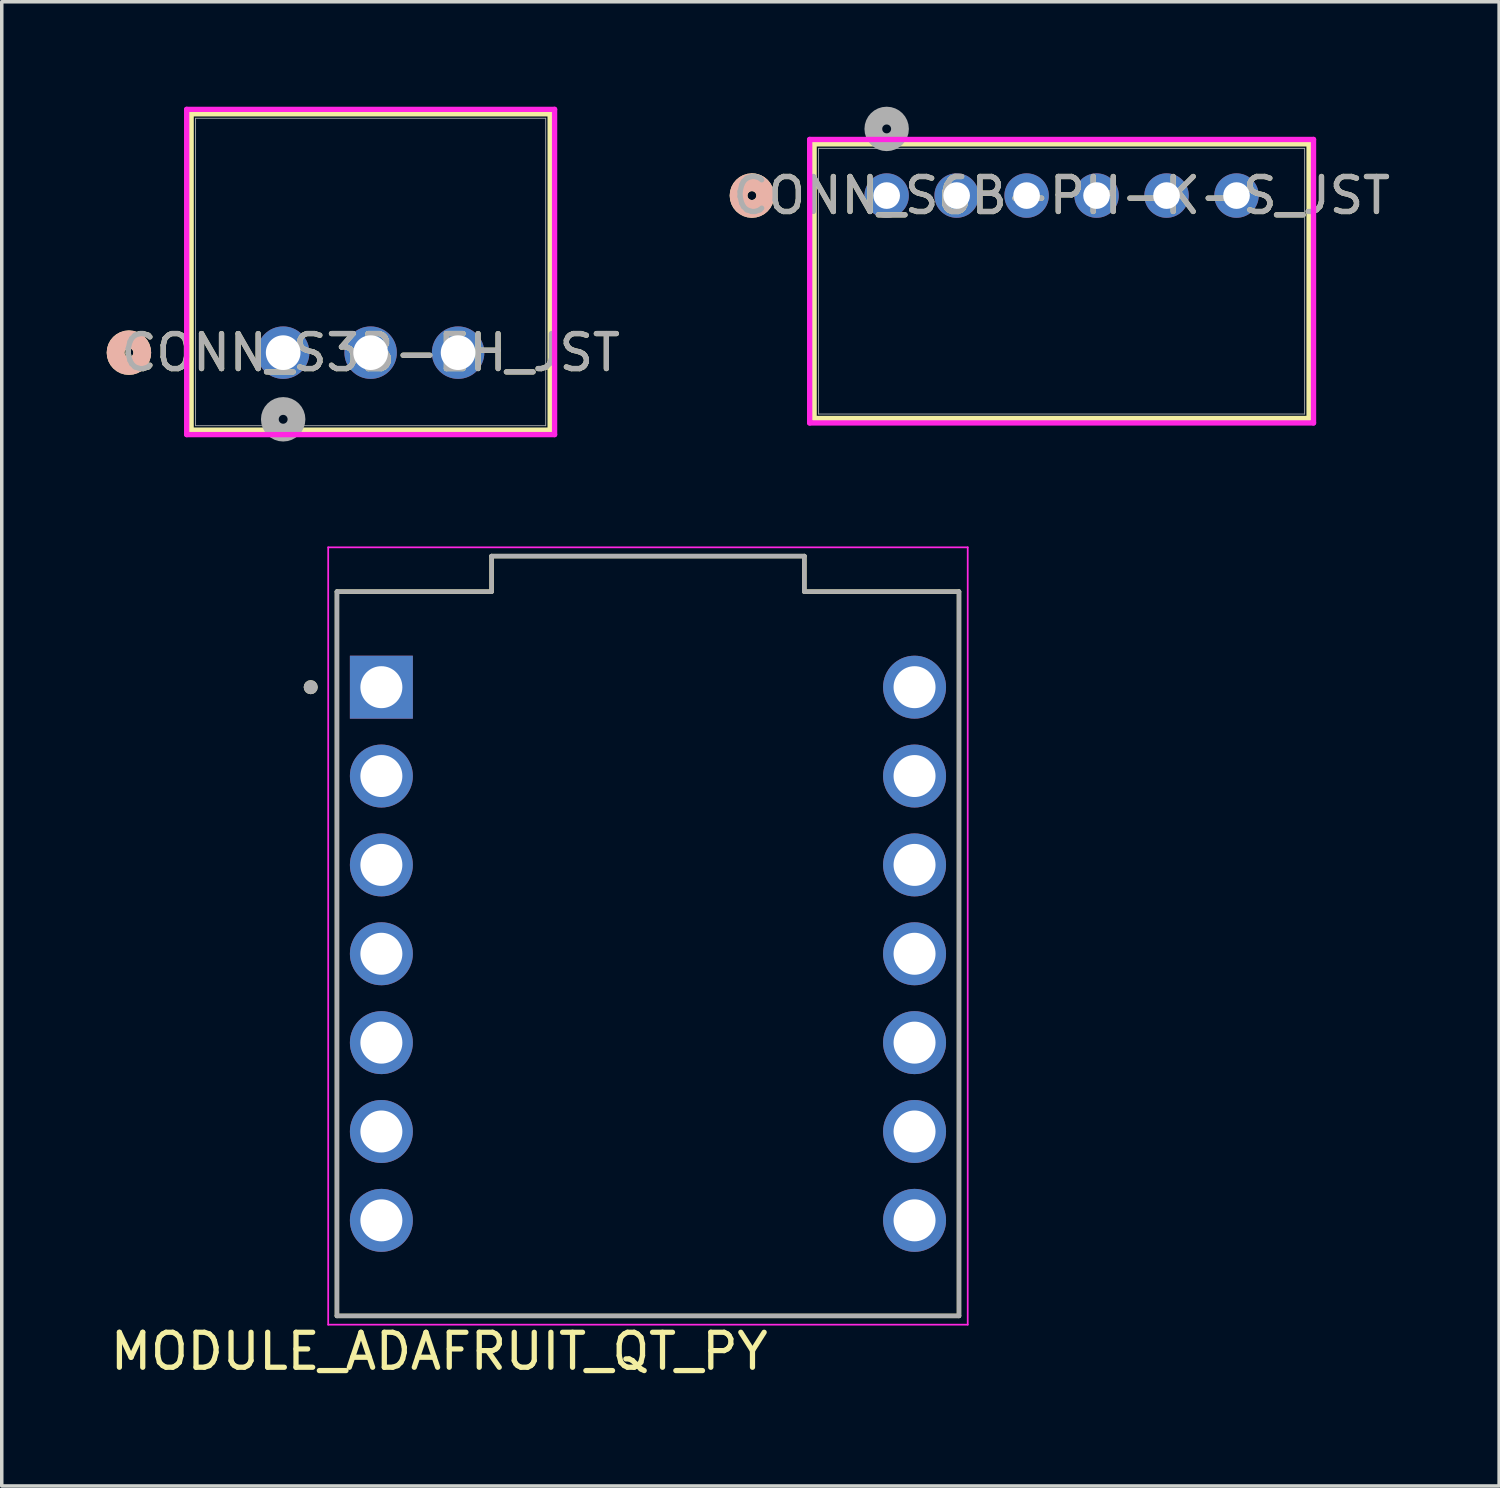
<source format=kicad_pcb>
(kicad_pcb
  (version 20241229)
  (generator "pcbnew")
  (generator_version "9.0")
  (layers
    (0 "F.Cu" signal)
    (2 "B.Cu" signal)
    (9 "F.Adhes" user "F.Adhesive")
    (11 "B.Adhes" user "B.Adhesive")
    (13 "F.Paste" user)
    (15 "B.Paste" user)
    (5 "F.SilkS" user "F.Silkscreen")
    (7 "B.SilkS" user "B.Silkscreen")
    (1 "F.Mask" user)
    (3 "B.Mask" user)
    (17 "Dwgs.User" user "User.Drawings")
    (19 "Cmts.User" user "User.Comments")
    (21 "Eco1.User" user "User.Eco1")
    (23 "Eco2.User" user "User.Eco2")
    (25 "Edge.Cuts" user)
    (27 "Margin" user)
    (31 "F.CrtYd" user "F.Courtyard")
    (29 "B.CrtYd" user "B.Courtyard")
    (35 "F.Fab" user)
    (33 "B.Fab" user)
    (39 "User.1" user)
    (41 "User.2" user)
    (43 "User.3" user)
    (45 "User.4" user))
  (footprint "CONN_S6B-PH-K-S_JST"
    (layer "F.Cu")
    (at 22.294 2.54)
    (property "Reference" "CONN_S6B-PH-K-S_JST" (at 5 0 0) (unlocked yes) (layer "F.SilkS") (effects (font (size 1 1) (thickness 0.15))))
    (attr through_hole)
    (fp_line (start -2.074 -1.477) (end -2.074 6.372) (stroke (width 0.152) (type solid)) (layer "F.SilkS"))
    (fp_line (start -2.074 6.372) (end 12.074 6.372) (stroke (width 0.152) (type solid)) (layer "F.SilkS"))
    (fp_line (start 12.074 -1.477) (end -2.074 -1.477) (stroke (width 0.152) (type solid)) (layer "F.SilkS"))
    (fp_line (start 12.074 6.372) (end 12.074 -1.477) (stroke (width 0.152) (type solid)) (layer "F.SilkS"))
    (fp_circle (center -3.852 0) (end -3.471 0) (stroke (width 0.508) (type solid)) (fill no) (layer "F.SilkS"))
    (fp_circle (center -3.852 0) (end -3.471 0) (stroke (width 0.508) (type solid)) (fill no) (layer "B.SilkS"))
    (fp_line (start -2.201 -1.604) (end -2.201 6.499) (stroke (width 0.152) (type solid)) (layer "F.CrtYd"))
    (fp_line (start -2.201 6.499) (end 12.201 6.499) (stroke (width 0.152) (type solid)) (layer "F.CrtYd"))
    (fp_line (start 12.201 -1.604) (end -2.201 -1.604) (stroke (width 0.152) (type solid)) (layer "F.CrtYd"))
    (fp_line (start 12.201 6.499) (end 12.201 -1.604) (stroke (width 0.152) (type solid)) (layer "F.CrtYd"))
    (fp_line (start -1.947 -1.35) (end -1.947 6.245) (stroke (width 0.025) (type solid)) (layer "F.Fab"))
    (fp_line (start -1.947 6.245) (end 11.947 6.245) (stroke (width 0.025) (type solid)) (layer "F.Fab"))
    (fp_line (start 11.947 -1.35) (end -1.947 -1.35) (stroke (width 0.025) (type solid)) (layer "F.Fab"))
    (fp_line (start 11.947 6.245) (end 11.947 -1.35) (stroke (width 0.025) (type solid)) (layer "F.Fab"))
    (fp_circle (center 0 -1.905) (end 0.381 -1.905) (stroke (width 0.508) (type solid)) (fill no) (layer "F.Fab"))
    (fp_text user "${REFERENCE}" (at 5 0 0) (unlocked yes) (layer "F.Fab") (effects (font (size 1 1) (thickness 0.15))))
    (pad "1" thru_hole circle (at 0 0) (size 1.27 1.27) (drill 0.762) (layers "*.Cu" "*.Mask"))
    (pad "2" thru_hole circle (at 2 0) (size 1.27 1.27) (drill 0.762) (layers "*.Cu" "*.Mask"))
    (pad "3" thru_hole circle (at 4 0) (size 1.27 1.27) (drill 0.762) (layers "*.Cu" "*.Mask"))
    (pad "4" thru_hole circle (at 6 0) (size 1.27 1.27) (drill 0.762) (layers "*.Cu" "*.Mask"))
    (pad "5" thru_hole circle (at 8 0) (size 1.27 1.27) (drill 0.762) (layers "*.Cu" "*.Mask"))
    (pad "6" thru_hole circle (at 10 0) (size 1.27 1.27) (drill 0.762) (layers "*.Cu" "*.Mask")))
  (footprint "CONN_S3B-EH_JST"
    (layer "F.Cu")
    (at 5.044 7.03)
    (property "Reference" "CONN_S3B-EH_JST" (at 2.5 0 0) (unlocked yes) (layer "F.SilkS") (effects (font (size 1 1) (thickness 0.15))))
    (attr through_hole)
    (fp_line (start -2.631 -6.827) (end -2.631 2.215) (stroke (width 0.152) (type solid)) (layer "F.SilkS"))
    (fp_line (start -2.631 2.215) (end 7.631 2.215) (stroke (width 0.152) (type solid)) (layer "F.SilkS"))
    (fp_line (start 7.631 -6.827) (end -2.631 -6.827) (stroke (width 0.152) (type solid)) (layer "F.SilkS"))
    (fp_line (start 7.631 2.215) (end 7.631 -6.827) (stroke (width 0.152) (type solid)) (layer "F.SilkS"))
    (fp_circle (center -4.409 0) (end -4.028 0) (stroke (width 0.508) (type solid)) (fill no) (layer "F.SilkS"))
    (fp_circle (center -4.409 0) (end -4.028 0) (stroke (width 0.508) (type solid)) (fill no) (layer "B.SilkS"))
    (fp_line (start -2.758 -6.954) (end -2.758 2.342) (stroke (width 0.152) (type solid)) (layer "F.CrtYd"))
    (fp_line (start -2.758 2.342) (end 7.758 2.342) (stroke (width 0.152) (type solid)) (layer "F.CrtYd"))
    (fp_line (start 7.758 -6.954) (end -2.758 -6.954) (stroke (width 0.152) (type solid)) (layer "F.CrtYd"))
    (fp_line (start 7.758 2.342) (end 7.758 -6.954) (stroke (width 0.152) (type solid)) (layer "F.CrtYd"))
    (fp_line (start -2.504 -6.7) (end -2.504 2.088) (stroke (width 0.025) (type solid)) (layer "F.Fab"))
    (fp_line (start -2.504 2.088) (end 7.504 2.088) (stroke (width 0.025) (type solid)) (layer "F.Fab"))
    (fp_line (start 7.504 -6.7) (end -2.504 -6.7) (stroke (width 0.025) (type solid)) (layer "F.Fab"))
    (fp_line (start 7.504 2.088) (end 7.504 -6.7) (stroke (width 0.025) (type solid)) (layer "F.Fab"))
    (fp_circle (center 0 1.905) (end 0.381 1.905) (stroke (width 0.508) (type solid)) (fill no) (layer "F.Fab"))
    (fp_text user "${REFERENCE}" (at 2.5 0 0) (unlocked yes) (layer "F.Fab") (effects (font (size 1 1) (thickness 0.15))))
    (pad "1" thru_hole circle (at 0 0) (size 1.499 1.499) (drill 0.991) (layers "*.Cu" "*.Mask"))
    (pad "2" thru_hole circle (at 2.5 0) (size 1.499 1.499) (drill 0.991) (layers "*.Cu" "*.Mask"))
    (pad "3" thru_hole circle (at 5 0) (size 1.499 1.499) (drill 0.991) (layers "*.Cu" "*.Mask")))
  (footprint "MODULE_ADAFRUIT_QT_PY"
    (layer "F.Cu")
    (at 15.471 24.212)
    (property "Reference" "MODULE_ADAFRUIT_QT_PY" (at -5.965 11.364 0) (layer "F.SilkS") (effects (font (size 1 1) (thickness 0.15))))
    (attr through_hole)
    (fp_line (start -8.89 -10.351) (end -8.89 10.351) (stroke (width 0.127) (type solid)) (layer "F.SilkS"))
    (fp_line (start -8.89 10.351) (end 8.89 10.351) (stroke (width 0.127) (type solid)) (layer "F.SilkS"))
    (fp_line (start -4.47 -11.367) (end 4.47 -11.367) (stroke (width 0.127) (type solid)) (layer "F.SilkS"))
    (fp_line (start -4.47 -10.351) (end -8.89 -10.351) (stroke (width 0.127) (type solid)) (layer "F.SilkS"))
    (fp_line (start -4.47 -10.351) (end -4.47 -11.367) (stroke (width 0.127) (type solid)) (layer "F.SilkS"))
    (fp_line (start 4.47 -11.367) (end 4.47 -10.351) (stroke (width 0.127) (type solid)) (layer "F.SilkS"))
    (fp_line (start 8.89 -10.351) (end 4.47 -10.351) (stroke (width 0.127) (type solid)) (layer "F.SilkS"))
    (fp_line (start 8.89 10.351) (end 8.89 -10.351) (stroke (width 0.127) (type solid)) (layer "F.SilkS"))
    (fp_circle (center -9.64 -7.62) (end -9.54 -7.62) (stroke (width 0.2) (type solid)) (fill no) (layer "F.SilkS"))
    (fp_line (start -9.14 -11.617) (end -9.14 10.601) (stroke (width 0.05) (type solid)) (layer "F.CrtYd"))
    (fp_line (start -9.14 10.601) (end 9.14 10.601) (stroke (width 0.05) (type solid)) (layer "F.CrtYd"))
    (fp_line (start 9.14 -11.617) (end -9.14 -11.617) (stroke (width 0.05) (type solid)) (layer "F.CrtYd"))
    (fp_line (start 9.14 10.601) (end 9.14 -11.617) (stroke (width 0.05) (type solid)) (layer "F.CrtYd"))
    (fp_line (start -8.89 -10.351) (end -8.89 10.351) (stroke (width 0.127) (type solid)) (layer "F.Fab"))
    (fp_line (start -8.89 10.351) (end 8.89 10.351) (stroke (width 0.127) (type solid)) (layer "F.Fab"))
    (fp_line (start -4.47 -11.367) (end 4.47 -11.367) (stroke (width 0.127) (type solid)) (layer "F.Fab"))
    (fp_line (start -4.47 -10.351) (end -8.89 -10.351) (stroke (width 0.127) (type solid)) (layer "F.Fab"))
    (fp_line (start -4.47 -10.351) (end -4.47 -11.367) (stroke (width 0.127) (type solid)) (layer "F.Fab"))
    (fp_line (start 4.47 -11.367) (end 4.47 -10.351) (stroke (width 0.127) (type solid)) (layer "F.Fab"))
    (fp_line (start 8.89 -10.351) (end 4.47 -10.351) (stroke (width 0.127) (type solid)) (layer "F.Fab"))
    (fp_line (start 8.89 10.351) (end 8.89 -10.351) (stroke (width 0.127) (type solid)) (layer "F.Fab"))
    (fp_circle (center -9.64 -7.62) (end -9.54 -7.62) (stroke (width 0.2) (type solid)) (fill no) (layer "F.Fab"))
    (pad "1" thru_hole rect (at -7.62 -7.62) (size 1.8 1.8) (drill 1.2) (layers "*.Cu" "*.Mask"))
    (pad "2" thru_hole circle (at -7.62 -5.08) (size 1.8 1.8) (drill 1.2) (layers "*.Cu" "*.Mask"))
    (pad "3" thru_hole circle (at -7.62 -2.54) (size 1.8 1.8) (drill 1.2) (layers "*.Cu" "*.Mask"))
    (pad "4" thru_hole circle (at -7.62 0) (size 1.8 1.8) (drill 1.2) (layers "*.Cu" "*.Mask"))
    (pad "5" thru_hole circle (at -7.62 2.54) (size 1.8 1.8) (drill 1.2) (layers "*.Cu" "*.Mask"))
    (pad "6" thru_hole circle (at -7.62 5.08) (size 1.8 1.8) (drill 1.2) (layers "*.Cu" "*.Mask"))
    (pad "7" thru_hole circle (at -7.62 7.62) (size 1.8 1.8) (drill 1.2) (layers "*.Cu" "*.Mask"))
    (pad "8" thru_hole circle (at 7.62 7.62) (size 1.8 1.8) (drill 1.2) (layers "*.Cu" "*.Mask"))
    (pad "9" thru_hole circle (at 7.62 5.08) (size 1.8 1.8) (drill 1.2) (layers "*.Cu" "*.Mask"))
    (pad "10" thru_hole circle (at 7.62 2.54) (size 1.8 1.8) (drill 1.2) (layers "*.Cu" "*.Mask"))
    (pad "11" thru_hole circle (at 7.62 0) (size 1.8 1.8) (drill 1.2) (layers "*.Cu" "*.Mask"))
    (pad "12" thru_hole circle (at 7.62 -2.54) (size 1.8 1.8) (drill 1.2) (layers "*.Cu" "*.Mask"))
    (pad "13" thru_hole circle (at 7.62 -5.08) (size 1.8 1.8) (drill 1.2) (layers "*.Cu" "*.Mask"))
    (pad "14" thru_hole circle (at 7.62 -7.62) (size 1.8 1.8) (drill 1.2) (layers "*.Cu" "*.Mask")))
  (gr_rect
    (start -3 -3)
    (end 39.8 39.424)
    (stroke (width 0.1) (type default))
    (fill no)
    (layer "Edge.Cuts")))
</source>
